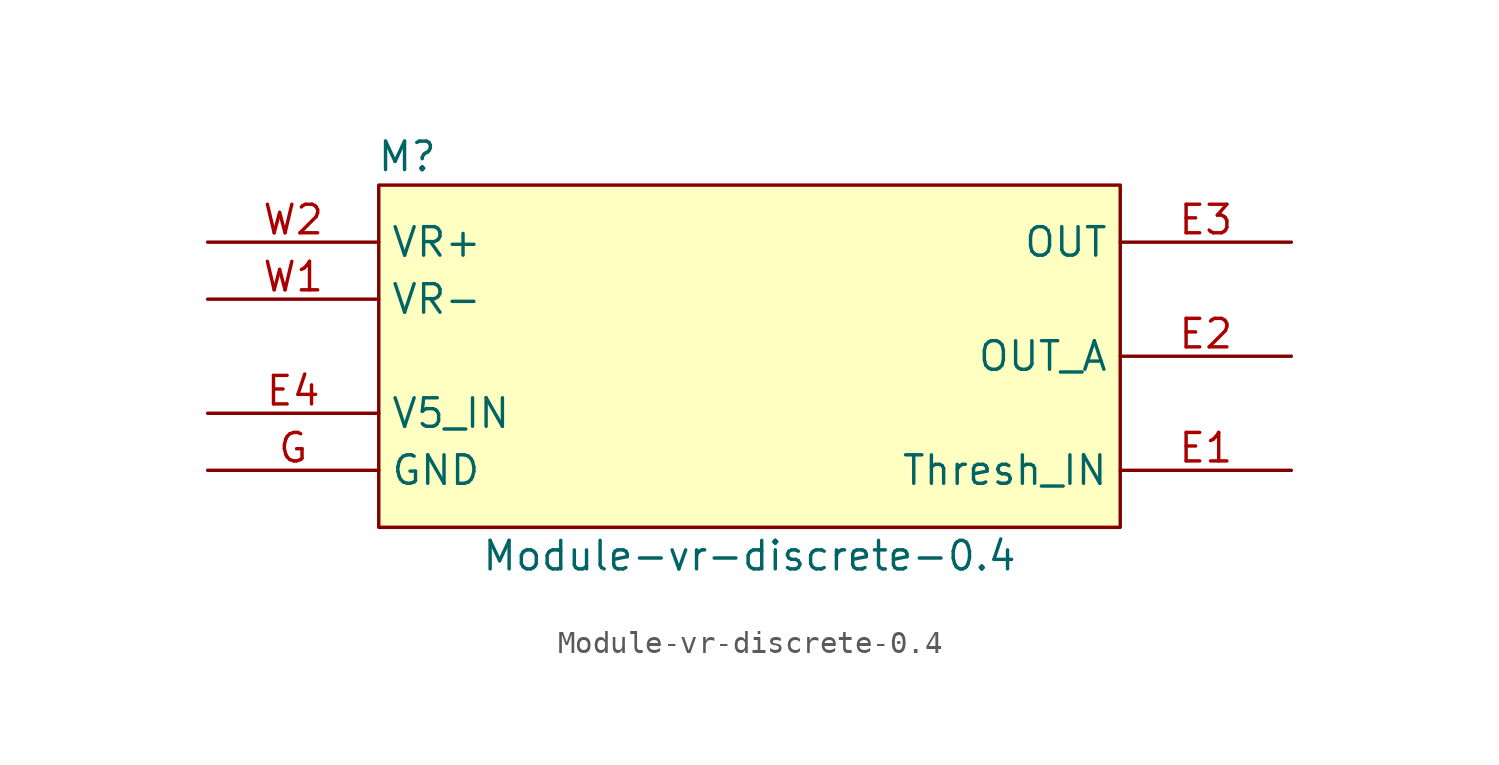
<source format=kicad_sym>
(kicad_symbol_lib
  (version 20211014)
  (generator kicad_symbol_editor)
  (symbol "Module-vr-discrete-0.4"
    (property "Reference" "M"
      (at 1.27 1.27 0)
      (effects (font (size 1.27 1.27))))
    (property "Value" "Module-vr-discrete-0.4"
      (at 16.51 -16.51 0)
      (effects (font (size 1.27 1.27))))
    (symbol "Module-vr-discrete-0.4_1_0"
      (rectangle (start 0 0) (end 33.02 -15.24) (stroke (width 0) (type default) (color 0 0 0 0)) (fill (type background)))
      (pin passive line (at 40.64 -12.7 180) (length 7.62) (name "Thresh_IN" (effects (font (size 1.27 1.27)))) (number "E1" (effects (font (size 1.27 1.27)))))
      (pin passive line (at 40.64 -7.62 180) (length 7.62) (name "OUT_A" (effects (font (size 1.27 1.27)))) (number "E2" (effects (font (size 1.27 1.27)))))
      (pin passive line (at 40.64 -2.54 180) (length 7.62) (name "OUT" (effects (font (size 1.27 1.27)))) (number "E3" (effects (font (size 1.27 1.27)))))
      (pin passive line (at -7.62 -10.16 0) (length 7.62) (name "V5_IN" (effects (font (size 1.27 1.27)))) (number "E4" (effects (font (size 1.27 1.27)))))
      (pin passive line (at -7.62 -12.7 0) (length 7.62) (name "GND" (effects (font (size 1.27 1.27)))) (number "G" (effects (font (size 1.27 1.27)))))
      (pin passive line (at -7.62 -5.08 0) (length 7.62) (name "VR-" (effects (font (size 1.27 1.27)))) (number "W1" (effects (font (size 1.27 1.27)))))
      (pin passive line (at -7.62 -2.54 0) (length 7.62) (name "VR+" (effects (font (size 1.27 1.27)))) (number "W2" (effects (font (size 1.27 1.27))))))))
</source>
